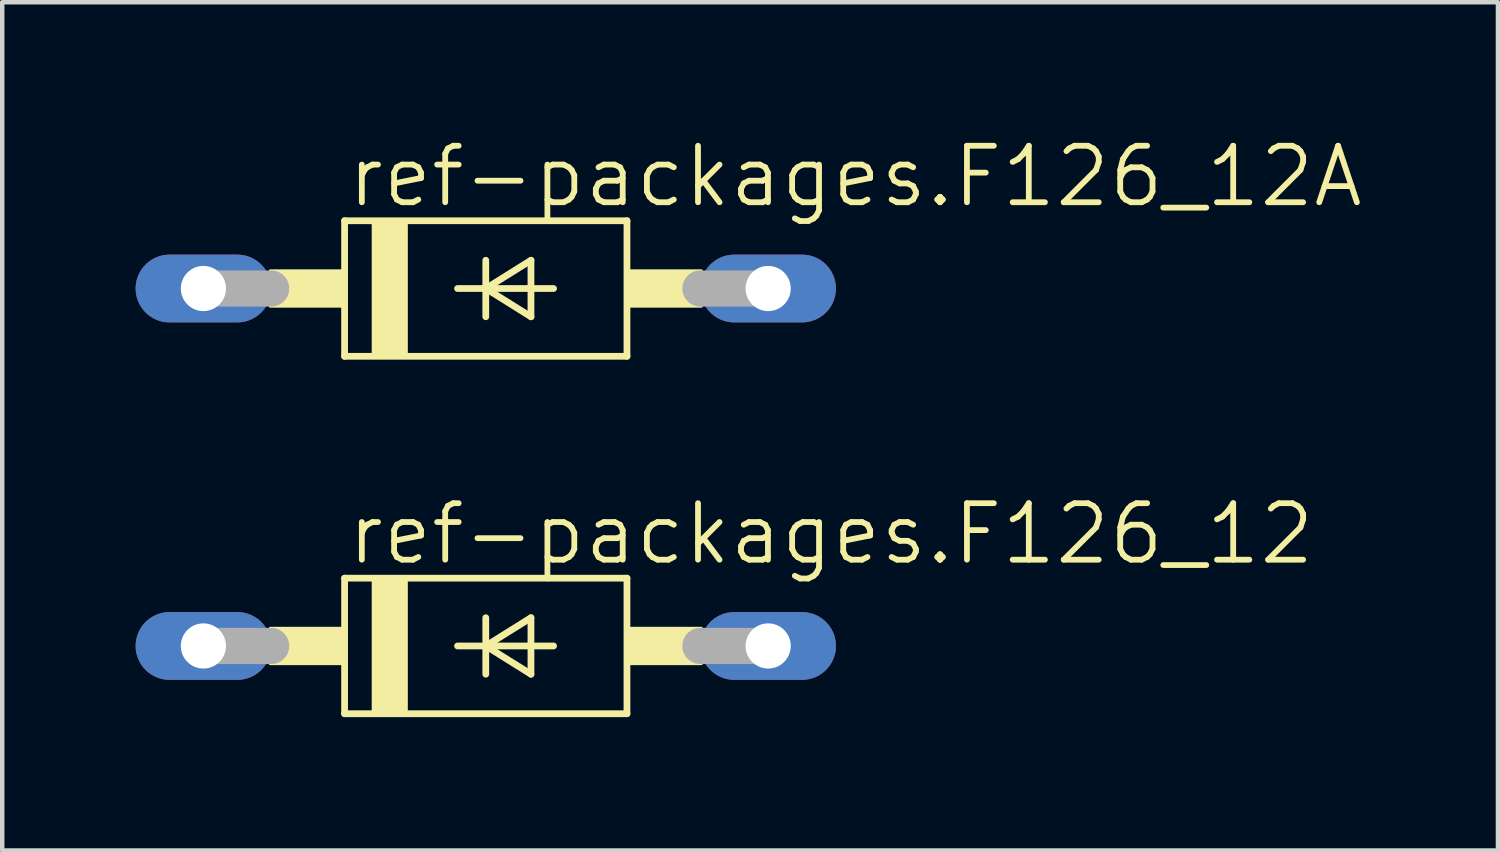
<source format=kicad_pcb>
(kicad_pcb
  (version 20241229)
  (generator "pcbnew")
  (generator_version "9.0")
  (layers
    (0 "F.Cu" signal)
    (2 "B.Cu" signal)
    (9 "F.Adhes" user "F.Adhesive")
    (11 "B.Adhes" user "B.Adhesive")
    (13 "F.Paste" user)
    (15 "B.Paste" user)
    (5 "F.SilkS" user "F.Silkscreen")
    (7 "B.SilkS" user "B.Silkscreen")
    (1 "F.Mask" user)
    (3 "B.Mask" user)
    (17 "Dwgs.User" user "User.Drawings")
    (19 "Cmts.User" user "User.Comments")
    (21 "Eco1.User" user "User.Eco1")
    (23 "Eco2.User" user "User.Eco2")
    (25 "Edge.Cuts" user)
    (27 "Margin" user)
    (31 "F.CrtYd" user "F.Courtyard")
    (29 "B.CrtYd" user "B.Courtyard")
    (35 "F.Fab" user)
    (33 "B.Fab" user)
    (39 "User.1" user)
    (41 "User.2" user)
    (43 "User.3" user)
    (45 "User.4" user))
  (footprint "ref-packages.F126_12A"
    (layer "F.Cu")
    (at 7.874 3.438)
    (property "Reference" "ref-packages.F126_12A" (at -3.175 -1.778 0) (layer "F.SilkS") (effects (font (size 1.27 1.27) (thickness 0.13)) (justify left bottom)))
    (attr through_hole)
    (fp_line (start -3.175 -1.524) (end -3.175 1.524) (stroke (width 0.152) (type default)) (layer "F.SilkS"))
    (fp_line (start -3.175 1.524) (end 3.175 1.524) (stroke (width 0.152) (type default)) (layer "F.SilkS"))
    (fp_line (start -0.635 0) (end 0 0) (stroke (width 0.152) (type default)) (layer "F.SilkS"))
    (fp_line (start 0 -0.635) (end 0 0) (stroke (width 0.152) (type default)) (layer "F.SilkS"))
    (fp_line (start 0 0) (end 0 0.635) (stroke (width 0.152) (type default)) (layer "F.SilkS"))
    (fp_line (start 0 0) (end 1.016 -0.635) (stroke (width 0.152) (type default)) (layer "F.SilkS"))
    (fp_line (start 0 0) (end 1.524 0) (stroke (width 0.152) (type default)) (layer "F.SilkS"))
    (fp_line (start 1.016 -0.635) (end 1.016 0.635) (stroke (width 0.152) (type default)) (layer "F.SilkS"))
    (fp_line (start 1.016 0.635) (end 0 0) (stroke (width 0.152) (type default)) (layer "F.SilkS"))
    (fp_line (start 3.175 -1.524) (end -3.175 -1.524) (stroke (width 0.152) (type default)) (layer "F.SilkS"))
    (fp_line (start 3.175 1.524) (end 3.175 -1.524) (stroke (width 0.152) (type default)) (layer "F.SilkS"))
    (fp_rect (start -4.851 0.406) (end -3.175 -0.406) (stroke (width 0.05) (type default)) (fill yes) (layer "F.SilkS"))
    (fp_rect (start -2.54 1.524) (end -1.778 -1.524) (stroke (width 0.05) (type default)) (fill yes) (layer "F.SilkS"))
    (fp_rect (start 3.175 0.406) (end 4.851 -0.406) (stroke (width 0.05) (type default)) (fill yes) (layer "F.SilkS"))
    (fp_line (start -6.35 0) (end -4.826 0) (stroke (width 0.813) (type default)) (layer "F.Fab"))
    (fp_line (start 6.35 0) (end 4.826 0) (stroke (width 0.813) (type default)) (layer "F.Fab"))
    (pad "A" thru_hole oval (at 6.35 0) (size 3.048 1.524) (drill 1.016) (layers "*.Cu" "*.Mask"))
    (pad "C" thru_hole oval (at -6.35 0) (size 3.048 1.524) (drill 1.016) (layers "*.Cu" "*.Mask")))
  (footprint "ref-packages.F126_12"
    (layer "F.Cu")
    (at 7.874 11.476)
    (property "Reference" "ref-packages.F126_12" (at -3.175 -1.778 0) (layer "F.SilkS") (effects (font (size 1.27 1.27) (thickness 0.13)) (justify left bottom)))
    (attr through_hole)
    (fp_line (start -3.175 -1.524) (end -3.175 1.524) (stroke (width 0.152) (type default)) (layer "F.SilkS"))
    (fp_line (start -3.175 1.524) (end 3.175 1.524) (stroke (width 0.152) (type default)) (layer "F.SilkS"))
    (fp_line (start -0.635 0) (end 0 0) (stroke (width 0.152) (type default)) (layer "F.SilkS"))
    (fp_line (start 0 -0.635) (end 0 0) (stroke (width 0.152) (type default)) (layer "F.SilkS"))
    (fp_line (start 0 0) (end 0 0.635) (stroke (width 0.152) (type default)) (layer "F.SilkS"))
    (fp_line (start 0 0) (end 1.016 -0.635) (stroke (width 0.152) (type default)) (layer "F.SilkS"))
    (fp_line (start 0 0) (end 1.524 0) (stroke (width 0.152) (type default)) (layer "F.SilkS"))
    (fp_line (start 1.016 -0.635) (end 1.016 0.635) (stroke (width 0.152) (type default)) (layer "F.SilkS"))
    (fp_line (start 1.016 0.635) (end 0 0) (stroke (width 0.152) (type default)) (layer "F.SilkS"))
    (fp_line (start 3.175 -1.524) (end -3.175 -1.524) (stroke (width 0.152) (type default)) (layer "F.SilkS"))
    (fp_line (start 3.175 1.524) (end 3.175 -1.524) (stroke (width 0.152) (type default)) (layer "F.SilkS"))
    (fp_rect (start -4.851 0.406) (end -3.175 -0.406) (stroke (width 0.05) (type default)) (fill yes) (layer "F.SilkS"))
    (fp_rect (start -2.54 1.524) (end -1.778 -1.524) (stroke (width 0.05) (type default)) (fill yes) (layer "F.SilkS"))
    (fp_rect (start 3.175 0.406) (end 4.851 -0.406) (stroke (width 0.05) (type default)) (fill yes) (layer "F.SilkS"))
    (fp_line (start -6.35 0) (end -4.826 0) (stroke (width 0.813) (type default)) (layer "F.Fab"))
    (fp_line (start 6.35 0) (end 4.826 0) (stroke (width 0.813) (type default)) (layer "F.Fab"))
    (pad "A" thru_hole oval (at 6.35 0) (size 3.048 1.524) (drill 1.016) (layers "*.Cu" "*.Mask"))
    (pad "C" thru_hole oval (at -6.35 0) (size 3.048 1.524) (drill 1.016) (layers "*.Cu" "*.Mask")))
  (gr_rect
    (start -3 -3)
    (end 30.635 16.076)
    (stroke (width 0.1) (type default))
    (fill no)
    (layer "Edge.Cuts")))
</source>
